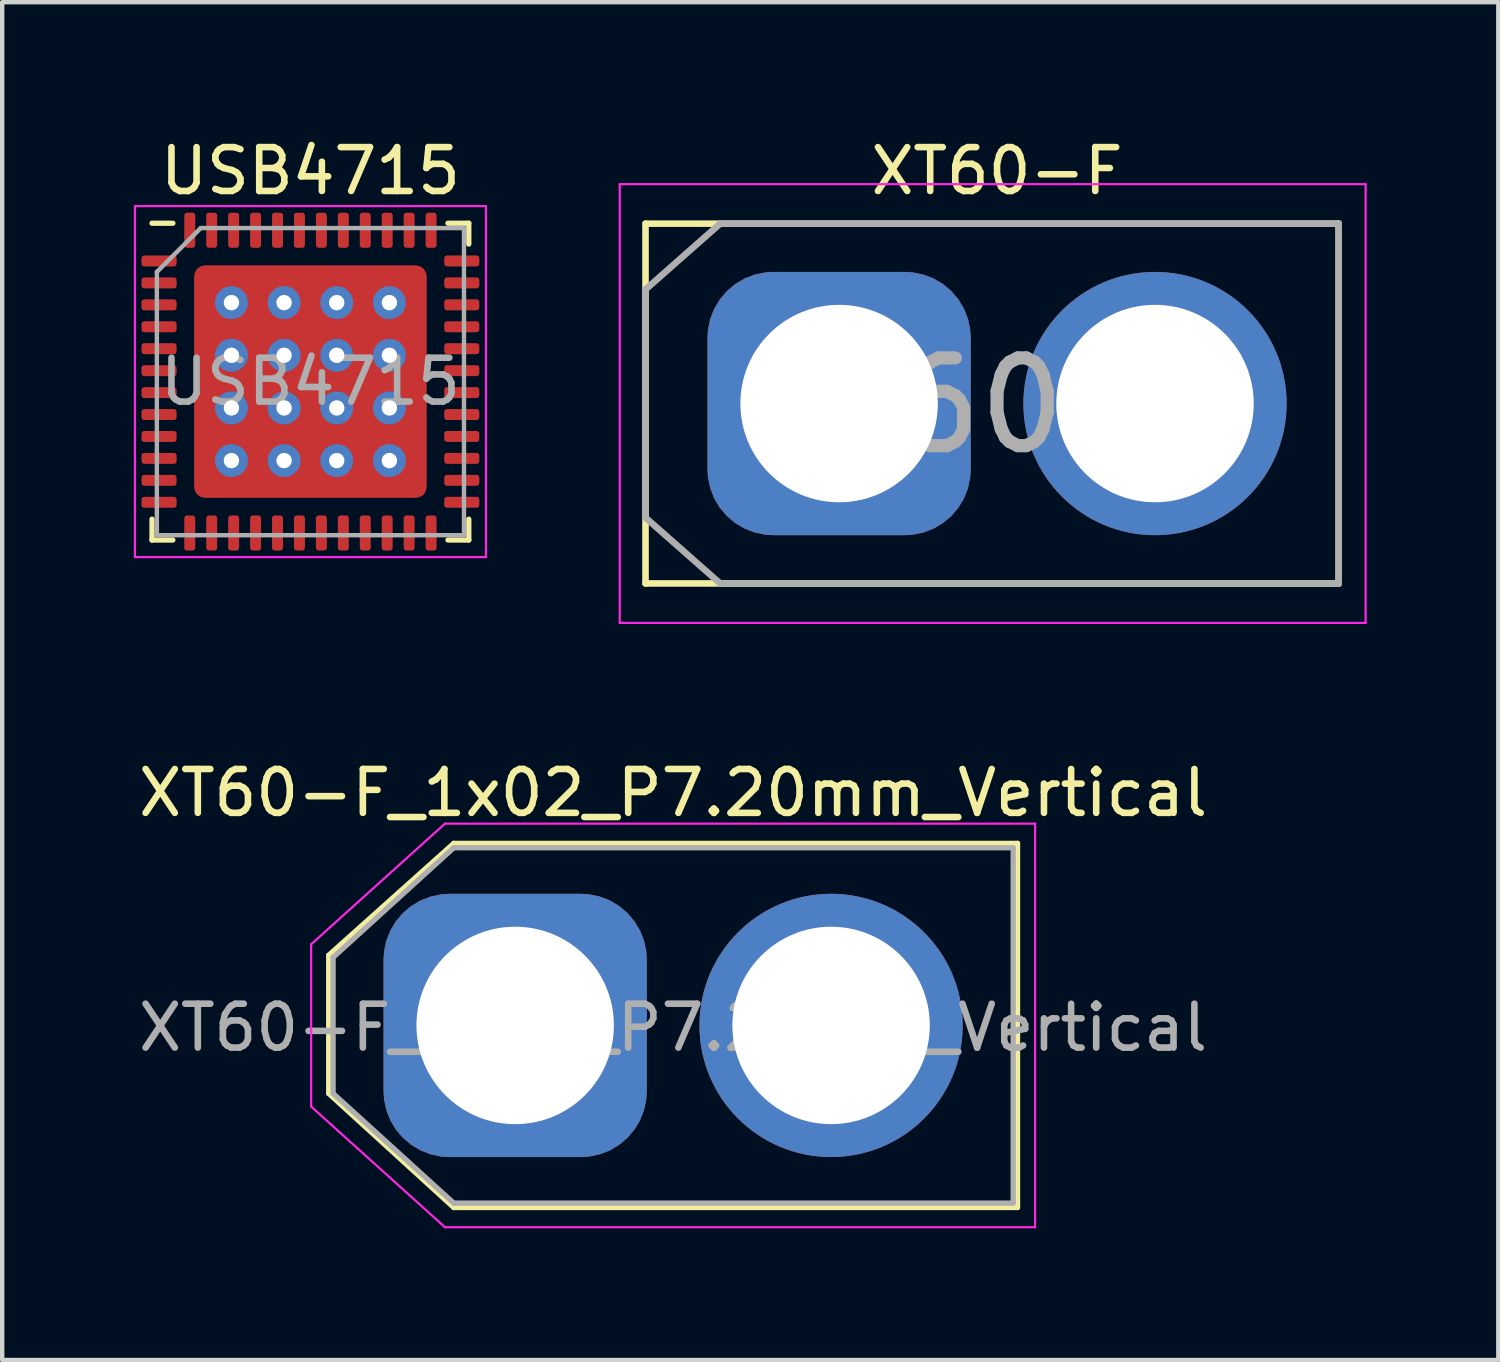
<source format=kicad_pcb>
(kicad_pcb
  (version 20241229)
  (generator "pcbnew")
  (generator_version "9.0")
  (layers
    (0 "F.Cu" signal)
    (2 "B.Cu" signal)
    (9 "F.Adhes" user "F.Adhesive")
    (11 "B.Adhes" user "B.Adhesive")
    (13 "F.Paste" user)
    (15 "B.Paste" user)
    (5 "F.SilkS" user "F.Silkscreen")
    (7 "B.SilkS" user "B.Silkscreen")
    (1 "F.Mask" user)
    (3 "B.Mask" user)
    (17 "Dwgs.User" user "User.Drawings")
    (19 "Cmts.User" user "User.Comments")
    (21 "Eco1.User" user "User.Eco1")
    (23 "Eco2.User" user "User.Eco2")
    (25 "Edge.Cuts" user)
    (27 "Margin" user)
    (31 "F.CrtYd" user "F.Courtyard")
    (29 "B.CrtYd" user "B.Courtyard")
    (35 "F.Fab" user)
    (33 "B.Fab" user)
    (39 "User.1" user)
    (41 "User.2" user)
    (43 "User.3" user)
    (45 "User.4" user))
  (footprint "XT60-F"
    (layer "F.Cu")
    (at 16.075 6.148)
    (property "Reference" "XT60-F" (at 3.6 -5.3 180) (layer "F.SilkS") (effects (font (size 1 1) (thickness 0.15))))
    (attr through_hole)
    (fp_line (start -4.412 -4.1) (end 11.387 -4.1) (stroke (width 0.15) (type solid)) (layer "F.SilkS"))
    (fp_line (start -4.412 4.1) (end -4.412 -4.1) (stroke (width 0.15) (type solid)) (layer "F.SilkS"))
    (fp_line (start 11.387 -4.1) (end 11.387 4.1) (stroke (width 0.15) (type solid)) (layer "F.SilkS"))
    (fp_line (start 11.387 4.1) (end -4.412 4.1) (stroke (width 0.15) (type solid)) (layer "F.SilkS"))
    (fp_line (start -5 -5) (end 12 -5) (stroke (width 0.05) (type solid)) (layer "F.CrtYd"))
    (fp_line (start -5 5) (end -5 -5) (stroke (width 0.05) (type solid)) (layer "F.CrtYd"))
    (fp_line (start 12 -5) (end 12 5) (stroke (width 0.05) (type solid)) (layer "F.CrtYd"))
    (fp_line (start 12 5) (end -5 5) (stroke (width 0.05) (type solid)) (layer "F.CrtYd"))
    (fp_line (start -4.412 2.6) (end -4.412 -2.6) (stroke (width 0.15) (type solid)) (layer "F.Fab"))
    (fp_line (start -4.412 2.6) (end -2.712 4.1) (stroke (width 0.15) (type solid)) (layer "F.Fab"))
    (fp_line (start -2.712 -4.1) (end -4.412 -2.6) (stroke (width 0.15) (type solid)) (layer "F.Fab"))
    (fp_line (start -2.712 -4.1) (end 11.387 -4.1) (stroke (width 0.15) (type solid)) (layer "F.Fab"))
    (fp_line (start 11.387 -4.1) (end 11.387 4.1) (stroke (width 0.15) (type solid)) (layer "F.Fab"))
    (fp_line (start 11.387 4.1) (end -2.712 4.1) (stroke (width 0.15) (type solid)) (layer "F.Fab"))
    (fp_text user "${REFERENCE}" (at 3.6 0.05 0) (layer "F.Fab") (effects (font (size 2 2) (thickness 0.3))))
    (pad "1" thru_hole roundrect (at 0 0) (size 6 6) (drill 4.5) (layers "*.Cu" "*.Mask") (roundrect_rratio 0.25))
    (pad "2" thru_hole circle (at 7.2 0) (size 6 6) (drill 4.5) (layers "*.Cu" "*.Mask")))
  (footprint "USB4715"
    (layer "F.Cu")
    (at 4.025 5.648)
    (property "Reference" "USB4715" (at 0 -4.8 0) (layer "F.SilkS") (effects (font (size 1 1) (thickness 0.15))))
    (attr smd)
    (fp_line (start -3.61 3.61) (end -3.61 3.135) (stroke (width 0.12) (type solid)) (layer "F.SilkS"))
    (fp_line (start -3.135 -3.61) (end -3.61 -3.61) (stroke (width 0.12) (type solid)) (layer "F.SilkS"))
    (fp_line (start -3.135 3.61) (end -3.61 3.61) (stroke (width 0.12) (type solid)) (layer "F.SilkS"))
    (fp_line (start 3.135 -3.61) (end 3.61 -3.61) (stroke (width 0.12) (type solid)) (layer "F.SilkS"))
    (fp_line (start 3.135 3.61) (end 3.61 3.61) (stroke (width 0.12) (type solid)) (layer "F.SilkS"))
    (fp_line (start 3.61 -3.61) (end 3.61 -3.135) (stroke (width 0.12) (type solid)) (layer "F.SilkS"))
    (fp_line (start 3.61 3.61) (end 3.61 3.135) (stroke (width 0.12) (type solid)) (layer "F.SilkS"))
    (fp_line (start -4 -4) (end -4 4) (stroke (width 0.05) (type solid)) (layer "F.CrtYd"))
    (fp_line (start -4 4) (end 4 4) (stroke (width 0.05) (type solid)) (layer "F.CrtYd"))
    (fp_line (start 4 -4) (end -4 -4) (stroke (width 0.05) (type solid)) (layer "F.CrtYd"))
    (fp_line (start 4 4) (end 4 -4) (stroke (width 0.05) (type solid)) (layer "F.CrtYd"))
    (fp_line (start -3.5 -2.5) (end -2.5 -3.5) (stroke (width 0.1) (type solid)) (layer "F.Fab"))
    (fp_line (start -3.5 3.5) (end -3.5 -2.5) (stroke (width 0.1) (type solid)) (layer "F.Fab"))
    (fp_line (start -2.5 -3.5) (end 3.5 -3.5) (stroke (width 0.1) (type solid)) (layer "F.Fab"))
    (fp_line (start 3.5 -3.5) (end 3.5 3.5) (stroke (width 0.1) (type solid)) (layer "F.Fab"))
    (fp_line (start 3.5 3.5) (end -3.5 3.5) (stroke (width 0.1) (type solid)) (layer "F.Fab"))
    (fp_text user "${REFERENCE}" (at 0 0 0) (layer "F.Fab") (effects (font (size 1 1) (thickness 0.15))))
    (pad "0" thru_hole circle (at -1.8 -1.8) (size 0.75 0.75) (drill 0.35) (layers "*.Cu" "*.Mask"))
    (pad "0" thru_hole circle (at -1.8 -0.6) (size 0.75 0.75) (drill 0.35) (layers "*.Cu" "*.Mask"))
    (pad "0" thru_hole circle (at -1.8 0.6) (size 0.75 0.75) (drill 0.35) (layers "*.Cu" "*.Mask"))
    (pad "0" thru_hole circle (at -1.8 1.8) (size 0.75 0.75) (drill 0.35) (layers "*.Cu" "*.Mask"))
    (pad "0" thru_hole circle (at -0.6 -1.8) (size 0.75 0.75) (drill 0.35) (layers "*.Cu" "*.Mask"))
    (pad "0" thru_hole circle (at -0.6 -0.6) (size 0.75 0.75) (drill 0.35) (layers "*.Cu" "*.Mask"))
    (pad "0" thru_hole circle (at -0.6 0.6) (size 0.75 0.75) (drill 0.35) (layers "*.Cu" "*.Mask"))
    (pad "0" thru_hole circle (at -0.6 1.8) (size 0.75 0.75) (drill 0.35) (layers "*.Cu" "*.Mask"))
    (pad "0" smd roundrect (at 0 0) (size 5.3 5.3) (layers "F.Cu" "F.Mask") (roundrect_rratio 0.047))
    (pad "0" thru_hole circle (at 0.6 -1.8) (size 0.75 0.75) (drill 0.35) (layers "*.Cu" "*.Mask"))
    (pad "0" thru_hole circle (at 0.6 -0.6) (size 0.75 0.75) (drill 0.35) (layers "*.Cu" "*.Mask"))
    (pad "0" thru_hole circle (at 0.6 0.6) (size 0.75 0.75) (drill 0.35) (layers "*.Cu" "*.Mask"))
    (pad "0" thru_hole circle (at 0.6 1.8) (size 0.75 0.75) (drill 0.35) (layers "*.Cu" "*.Mask"))
    (pad "0" thru_hole circle (at 1.8 -1.8) (size 0.75 0.75) (drill 0.35) (layers "*.Cu" "*.Mask"))
    (pad "0" thru_hole circle (at 1.8 -0.6) (size 0.75 0.75) (drill 0.35) (layers "*.Cu" "*.Mask"))
    (pad "0" thru_hole circle (at 1.8 0.6) (size 0.75 0.75) (drill 0.35) (layers "*.Cu" "*.Mask"))
    (pad "0" thru_hole circle (at 1.8 1.8) (size 0.75 0.75) (drill 0.35) (layers "*.Cu" "*.Mask"))
    (pad "1" smd roundrect (at -3.45 -2.75) (size 0.8 0.25) (layers "F.Cu" "F.Mask" "F.Paste") (roundrect_rratio 0.25))
    (pad "2" smd roundrect (at -3.45 -2.25) (size 0.8 0.25) (layers "F.Cu" "F.Mask" "F.Paste") (roundrect_rratio 0.25))
    (pad "3" smd roundrect (at -3.45 -1.75) (size 0.8 0.25) (layers "F.Cu" "F.Mask" "F.Paste") (roundrect_rratio 0.25))
    (pad "4" smd roundrect (at -3.45 -1.25) (size 0.8 0.25) (layers "F.Cu" "F.Mask" "F.Paste") (roundrect_rratio 0.25))
    (pad "5" smd roundrect (at -3.45 -0.75) (size 0.8 0.25) (layers "F.Cu" "F.Mask" "F.Paste") (roundrect_rratio 0.25))
    (pad "6" smd roundrect (at -3.45 -0.25) (size 0.8 0.25) (layers "F.Cu" "F.Mask" "F.Paste") (roundrect_rratio 0.25))
    (pad "7" smd roundrect (at -3.45 0.25) (size 0.8 0.25) (layers "F.Cu" "F.Mask" "F.Paste") (roundrect_rratio 0.25))
    (pad "8" smd roundrect (at -3.45 0.75) (size 0.8 0.25) (layers "F.Cu" "F.Mask" "F.Paste") (roundrect_rratio 0.25))
    (pad "9" smd roundrect (at -3.45 1.25) (size 0.8 0.25) (layers "F.Cu" "F.Mask" "F.Paste") (roundrect_rratio 0.25))
    (pad "10" smd roundrect (at -3.45 1.75) (size 0.8 0.25) (layers "F.Cu" "F.Mask" "F.Paste") (roundrect_rratio 0.25))
    (pad "11" smd roundrect (at -3.45 2.25) (size 0.8 0.25) (layers "F.Cu" "F.Mask" "F.Paste") (roundrect_rratio 0.25))
    (pad "12" smd roundrect (at -3.45 2.75) (size 0.8 0.25) (layers "F.Cu" "F.Mask" "F.Paste") (roundrect_rratio 0.25))
    (pad "13" smd roundrect (at -2.75 3.45) (size 0.25 0.8) (layers "F.Cu" "F.Mask" "F.Paste") (roundrect_rratio 0.25))
    (pad "14" smd roundrect (at -2.25 3.45) (size 0.25 0.8) (layers "F.Cu" "F.Mask" "F.Paste") (roundrect_rratio 0.25))
    (pad "15" smd roundrect (at -1.75 3.45) (size 0.25 0.8) (layers "F.Cu" "F.Mask" "F.Paste") (roundrect_rratio 0.25))
    (pad "16" smd roundrect (at -1.25 3.45) (size 0.25 0.8) (layers "F.Cu" "F.Mask" "F.Paste") (roundrect_rratio 0.25))
    (pad "17" smd roundrect (at -0.75 3.45) (size 0.25 0.8) (layers "F.Cu" "F.Mask" "F.Paste") (roundrect_rratio 0.25))
    (pad "18" smd roundrect (at -0.25 3.45) (size 0.25 0.8) (layers "F.Cu" "F.Mask" "F.Paste") (roundrect_rratio 0.25))
    (pad "19" smd roundrect (at 0.25 3.45) (size 0.25 0.8) (layers "F.Cu" "F.Mask" "F.Paste") (roundrect_rratio 0.25))
    (pad "20" smd roundrect (at 0.75 3.45) (size 0.25 0.8) (layers "F.Cu" "F.Mask" "F.Paste") (roundrect_rratio 0.25))
    (pad "21" smd roundrect (at 1.25 3.45) (size 0.25 0.8) (layers "F.Cu" "F.Mask" "F.Paste") (roundrect_rratio 0.25))
    (pad "22" smd roundrect (at 1.75 3.45) (size 0.25 0.8) (layers "F.Cu" "F.Mask" "F.Paste") (roundrect_rratio 0.25))
    (pad "23" smd roundrect (at 2.25 3.45) (size 0.25 0.8) (layers "F.Cu" "F.Mask" "F.Paste") (roundrect_rratio 0.25))
    (pad "24" smd roundrect (at 2.75 3.45) (size 0.25 0.8) (layers "F.Cu" "F.Mask" "F.Paste") (roundrect_rratio 0.25))
    (pad "25" smd roundrect (at 3.45 2.75) (size 0.8 0.25) (layers "F.Cu" "F.Mask" "F.Paste") (roundrect_rratio 0.25))
    (pad "26" smd roundrect (at 3.45 2.25) (size 0.8 0.25) (layers "F.Cu" "F.Mask" "F.Paste") (roundrect_rratio 0.25))
    (pad "27" smd roundrect (at 3.45 1.75) (size 0.8 0.25) (layers "F.Cu" "F.Mask" "F.Paste") (roundrect_rratio 0.25))
    (pad "28" smd roundrect (at 3.45 1.25) (size 0.8 0.25) (layers "F.Cu" "F.Mask" "F.Paste") (roundrect_rratio 0.25))
    (pad "29" smd roundrect (at 3.45 0.75) (size 0.8 0.25) (layers "F.Cu" "F.Mask" "F.Paste") (roundrect_rratio 0.25))
    (pad "30" smd roundrect (at 3.45 0.25) (size 0.8 0.25) (layers "F.Cu" "F.Mask" "F.Paste") (roundrect_rratio 0.25))
    (pad "31" smd roundrect (at 3.45 -0.25) (size 0.8 0.25) (layers "F.Cu" "F.Mask" "F.Paste") (roundrect_rratio 0.25))
    (pad "32" smd roundrect (at 3.45 -0.75) (size 0.8 0.25) (layers "F.Cu" "F.Mask" "F.Paste") (roundrect_rratio 0.25))
    (pad "33" smd roundrect (at 3.45 -1.25) (size 0.8 0.25) (layers "F.Cu" "F.Mask" "F.Paste") (roundrect_rratio 0.25))
    (pad "34" smd roundrect (at 3.45 -1.75) (size 0.8 0.25) (layers "F.Cu" "F.Mask" "F.Paste") (roundrect_rratio 0.25))
    (pad "35" smd roundrect (at 3.45 -2.25) (size 0.8 0.25) (layers "F.Cu" "F.Mask" "F.Paste") (roundrect_rratio 0.25))
    (pad "36" smd roundrect (at 3.45 -2.75) (size 0.8 0.25) (layers "F.Cu" "F.Mask" "F.Paste") (roundrect_rratio 0.25))
    (pad "37" smd roundrect (at 2.75 -3.45) (size 0.25 0.8) (layers "F.Cu" "F.Mask" "F.Paste") (roundrect_rratio 0.25))
    (pad "38" smd roundrect (at 2.25 -3.45) (size 0.25 0.8) (layers "F.Cu" "F.Mask" "F.Paste") (roundrect_rratio 0.25))
    (pad "39" smd roundrect (at 1.75 -3.45) (size 0.25 0.8) (layers "F.Cu" "F.Mask" "F.Paste") (roundrect_rratio 0.25))
    (pad "40" smd roundrect (at 1.25 -3.45) (size 0.25 0.8) (layers "F.Cu" "F.Mask" "F.Paste") (roundrect_rratio 0.25))
    (pad "41" smd roundrect (at 0.75 -3.45) (size 0.25 0.8) (layers "F.Cu" "F.Mask" "F.Paste") (roundrect_rratio 0.25))
    (pad "42" smd roundrect (at 0.25 -3.45) (size 0.25 0.8) (layers "F.Cu" "F.Mask" "F.Paste") (roundrect_rratio 0.25))
    (pad "43" smd roundrect (at -0.25 -3.45) (size 0.25 0.8) (layers "F.Cu" "F.Mask" "F.Paste") (roundrect_rratio 0.25))
    (pad "44" smd roundrect (at -0.75 -3.45) (size 0.25 0.8) (layers "F.Cu" "F.Mask" "F.Paste") (roundrect_rratio 0.25))
    (pad "45" smd roundrect (at -1.25 -3.45) (size 0.25 0.8) (layers "F.Cu" "F.Mask" "F.Paste") (roundrect_rratio 0.25))
    (pad "46" smd roundrect (at -1.75 -3.45) (size 0.25 0.8) (layers "F.Cu" "F.Mask" "F.Paste") (roundrect_rratio 0.25))
    (pad "47" smd roundrect (at -2.25 -3.45) (size 0.25 0.8) (layers "F.Cu" "F.Mask" "F.Paste") (roundrect_rratio 0.25))
    (pad "48" smd roundrect (at -2.75 -3.45) (size 0.25 0.8) (layers "F.Cu" "F.Mask" "F.Paste") (roundrect_rratio 0.25)))
  (footprint "XT60-F_1x02_P7.20mm_Vertical"
    (layer "F.Cu")
    (at 8.692 20.322)
    (property "Reference" "XT60-F_1x02_P7.20mm_Vertical" (at 3.6 -5.3 180) (layer "F.SilkS") (effects (font (size 1 1) (thickness 0.15))))
    (attr through_hole)
    (fp_line (start -4.25 -1.6) (end -4.25 1.55) (stroke (width 0.12) (type solid)) (layer "F.SilkS"))
    (fp_line (start -4.25 1.55) (end -1.4 4.15) (stroke (width 0.12) (type solid)) (layer "F.SilkS"))
    (fp_line (start -1.4 -4.15) (end -4.25 -1.6) (stroke (width 0.12) (type solid)) (layer "F.SilkS"))
    (fp_line (start -1.4 4.15) (end 11.45 4.15) (stroke (width 0.12) (type solid)) (layer "F.SilkS"))
    (fp_line (start 11.45 -4.15) (end -1.4 -4.15) (stroke (width 0.12) (type solid)) (layer "F.SilkS"))
    (fp_line (start 11.45 4.15) (end 11.45 -4.15) (stroke (width 0.12) (type solid)) (layer "F.SilkS"))
    (fp_line (start -4.65 -1.85) (end -1.6 -4.6) (stroke (width 0.05) (type solid)) (layer "F.CrtYd"))
    (fp_line (start -4.65 1.85) (end -4.65 -1.85) (stroke (width 0.05) (type solid)) (layer "F.CrtYd"))
    (fp_line (start -1.6 -4.6) (end 11.85 -4.6) (stroke (width 0.05) (type solid)) (layer "F.CrtYd"))
    (fp_line (start -1.6 4.6) (end -4.65 1.85) (stroke (width 0.05) (type solid)) (layer "F.CrtYd"))
    (fp_line (start 11.85 -4.6) (end 11.85 4.6) (stroke (width 0.05) (type solid)) (layer "F.CrtYd"))
    (fp_line (start 11.85 4.6) (end -1.6 4.6) (stroke (width 0.05) (type solid)) (layer "F.CrtYd"))
    (fp_line (start -4.15 -1.55) (end -4.15 1.55) (stroke (width 0.12) (type solid)) (layer "F.Fab"))
    (fp_line (start -4.15 1.55) (end -1.4 4.05) (stroke (width 0.12) (type solid)) (layer "F.Fab"))
    (fp_line (start -1.4 -4.05) (end -4.15 -1.55) (stroke (width 0.12) (type solid)) (layer "F.Fab"))
    (fp_line (start -1.4 4.05) (end 11.35 4.05) (stroke (width 0.12) (type solid)) (layer "F.Fab"))
    (fp_line (start 11.35 -4.05) (end -1.4 -4.05) (stroke (width 0.12) (type solid)) (layer "F.Fab"))
    (fp_line (start 11.35 4.05) (end 11.35 -4.05) (stroke (width 0.12) (type solid)) (layer "F.Fab"))
    (fp_text user "${REFERENCE}" (at 3.6 0.05 0) (layer "F.Fab") (effects (font (size 1 1) (thickness 0.15))))
    (pad "1" thru_hole roundrect (at 0 0) (size 6 6) (drill 4.5) (layers "*.Cu" "*.Mask") (roundrect_rratio 0.25))
    (pad "2" thru_hole circle (at 7.2 0) (size 6 6) (drill 4.5) (layers "*.Cu" "*.Mask")))
  (gr_rect
    (start -3 -3)
    (end 31.1 27.947)
    (stroke (width 0.1) (type default))
    (fill no)
    (layer "Edge.Cuts")))
</source>
